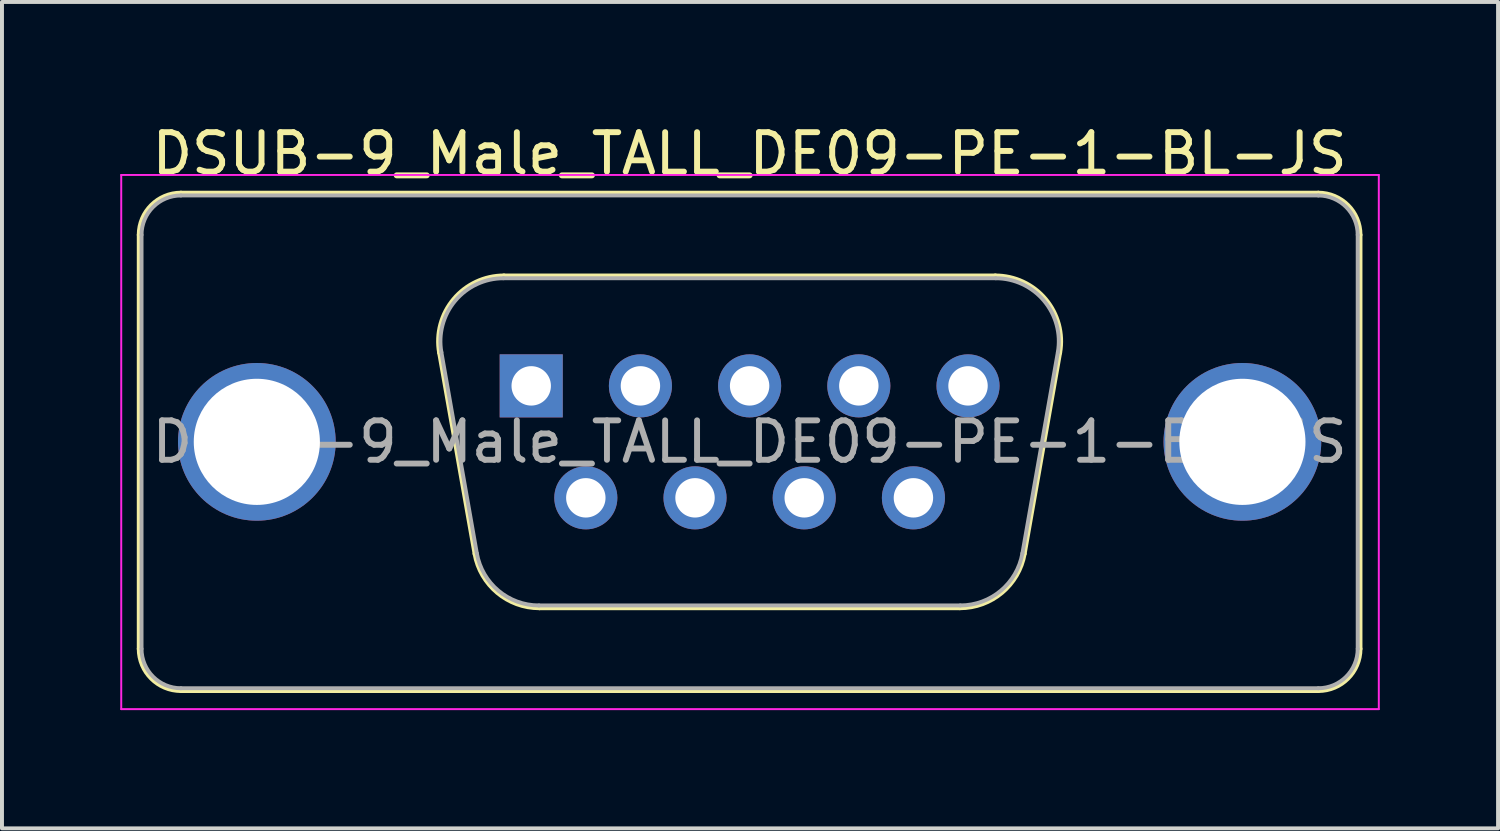
<source format=kicad_pcb>
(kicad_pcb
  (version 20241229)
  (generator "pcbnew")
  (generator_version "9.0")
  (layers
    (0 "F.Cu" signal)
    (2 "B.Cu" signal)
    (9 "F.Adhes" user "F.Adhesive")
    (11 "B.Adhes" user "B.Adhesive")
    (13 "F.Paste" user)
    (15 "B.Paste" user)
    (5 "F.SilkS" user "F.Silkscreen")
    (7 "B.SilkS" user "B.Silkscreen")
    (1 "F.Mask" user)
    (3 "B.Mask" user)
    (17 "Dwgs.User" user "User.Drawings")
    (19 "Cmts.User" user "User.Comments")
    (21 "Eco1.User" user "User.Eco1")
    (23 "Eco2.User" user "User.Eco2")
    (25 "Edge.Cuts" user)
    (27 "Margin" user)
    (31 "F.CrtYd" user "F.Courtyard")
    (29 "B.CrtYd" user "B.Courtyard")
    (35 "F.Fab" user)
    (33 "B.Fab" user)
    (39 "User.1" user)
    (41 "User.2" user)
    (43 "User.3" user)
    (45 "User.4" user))
  (footprint "DSUB-9_Male_TALL_DE09-PE-1-BL-JS"
    (layer "F.Cu")
    (at 10.425 6.738)
    (property "Reference" "DSUB-9_Male_TALL_DE09-PE-1-BL-JS" (at 5.54 -5.89 0) (layer "F.SilkS") (effects (font (size 1 1) (thickness 0.15))))
    (attr through_hole)
    (fp_line (start -9.945 6.67) (end -9.945 -3.83) (stroke (width 0.12) (type solid)) (layer "F.SilkS"))
    (fp_line (start -8.885 -4.89) (end 19.965 -4.89) (stroke (width 0.12) (type solid)) (layer "F.SilkS"))
    (fp_line (start -2.326 -0.842) (end -1.427 4.258) (stroke (width 0.12) (type solid)) (layer "F.SilkS"))
    (fp_line (start -0.692 -2.79) (end 11.772 -2.79) (stroke (width 0.12) (type solid)) (layer "F.SilkS"))
    (fp_line (start 0.208 5.63) (end 10.872 5.63) (stroke (width 0.12) (type solid)) (layer "F.SilkS"))
    (fp_line (start 13.406 -0.842) (end 12.507 4.258) (stroke (width 0.12) (type solid)) (layer "F.SilkS"))
    (fp_line (start 19.965 7.73) (end -8.885 7.73) (stroke (width 0.12) (type solid)) (layer "F.SilkS"))
    (fp_line (start 21.025 -3.83) (end 21.025 6.67) (stroke (width 0.12) (type solid)) (layer "F.SilkS"))
    (fp_arc (start -9.945 -3.83) (mid -9.634533 -4.579533) (end -8.885 -4.89) (stroke (width 0.12) (type solid)) (layer "F.SilkS"))
    (fp_arc (start -8.885 7.73) (mid -9.634533 7.419533) (end -9.945 6.67) (stroke (width 0.12) (type solid)) (layer "F.SilkS"))
    (fp_arc (start -2.32647 -0.841744) (mid -1.963323 -2.197028) (end -0.691689 -2.79) (stroke (width 0.12) (type solid)) (layer "F.SilkS"))
    (fp_arc (start 0.207579 5.63) (mid -0.859448 5.241634) (end -1.427202 4.258256) (stroke (width 0.12) (type solid)) (layer "F.SilkS"))
    (fp_arc (start 11.771689 -2.79) (mid 13.043323 -2.197027) (end 13.40647 -0.841744) (stroke (width 0.12) (type solid)) (layer "F.SilkS"))
    (fp_arc (start 12.507202 4.258256) (mid 11.939449 5.241634) (end 10.872421 5.63) (stroke (width 0.12) (type solid)) (layer "F.SilkS"))
    (fp_arc (start 19.965 -4.89) (mid 20.714533 -4.579533) (end 21.025 -3.83) (stroke (width 0.12) (type solid)) (layer "F.SilkS"))
    (fp_arc (start 21.025 6.67) (mid 20.714533 7.419533) (end 19.965 7.73) (stroke (width 0.12) (type solid)) (layer "F.SilkS"))
    (fp_line (start -10.4 -5.35) (end -10.4 8.2) (stroke (width 0.05) (type solid)) (layer "F.CrtYd"))
    (fp_line (start -10.4 8.2) (end 21.5 8.2) (stroke (width 0.05) (type solid)) (layer "F.CrtYd"))
    (fp_line (start 21.5 -5.35) (end -10.4 -5.35) (stroke (width 0.05) (type solid)) (layer "F.CrtYd"))
    (fp_line (start 21.5 8.2) (end 21.5 -5.35) (stroke (width 0.05) (type solid)) (layer "F.CrtYd"))
    (fp_line (start -9.885 6.67) (end -9.885 -3.83) (stroke (width 0.1) (type solid)) (layer "F.Fab"))
    (fp_line (start -8.885 -4.83) (end 19.965 -4.83) (stroke (width 0.1) (type solid)) (layer "F.Fab"))
    (fp_line (start -2.279 -0.852) (end -1.38 4.248) (stroke (width 0.1) (type solid)) (layer "F.Fab"))
    (fp_line (start -0.703 -2.73) (end 11.783 -2.73) (stroke (width 0.1) (type solid)) (layer "F.Fab"))
    (fp_line (start 0.196 5.57) (end 10.884 5.57) (stroke (width 0.1) (type solid)) (layer "F.Fab"))
    (fp_line (start 13.359 -0.852) (end 12.46 4.248) (stroke (width 0.1) (type solid)) (layer "F.Fab"))
    (fp_line (start 19.965 7.67) (end -8.885 7.67) (stroke (width 0.1) (type solid)) (layer "F.Fab"))
    (fp_line (start 20.965 -3.83) (end 20.965 6.67) (stroke (width 0.1) (type solid)) (layer "F.Fab"))
    (fp_arc (start -9.885 -3.83) (mid -9.592107 -4.537107) (end -8.885 -4.83) (stroke (width 0.1) (type solid)) (layer "F.Fab"))
    (fp_arc (start -8.885 7.67) (mid -9.592107 7.377107) (end -9.885 6.67) (stroke (width 0.1) (type solid)) (layer "F.Fab"))
    (fp_arc (start -2.278886 -0.852163) (mid -1.928865 -2.15846) (end -0.703194 -2.73) (stroke (width 0.1) (type solid)) (layer "F.Fab"))
    (fp_arc (start 0.196073 5.57) (mid -0.832387 5.195671) (end -1.379619 4.247837) (stroke (width 0.1) (type solid)) (layer "F.Fab"))
    (fp_arc (start 11.783194 -2.73) (mid 13.008865 -2.15846) (end 13.358886 -0.852163) (stroke (width 0.1) (type solid)) (layer "F.Fab"))
    (fp_arc (start 12.459619 4.247837) (mid 11.912387 5.195671) (end 10.883927 5.57) (stroke (width 0.1) (type solid)) (layer "F.Fab"))
    (fp_arc (start 19.965 -4.83) (mid 20.672107 -4.537107) (end 20.965 -3.83) (stroke (width 0.1) (type solid)) (layer "F.Fab"))
    (fp_arc (start 20.965 6.67) (mid 20.672107 7.377107) (end 19.965 7.67) (stroke (width 0.1) (type solid)) (layer "F.Fab"))
    (fp_text user "${REFERENCE}" (at 5.54 1.42 0) (layer "F.Fab") (effects (font (size 1 1) (thickness 0.15))))
    (pad "0" thru_hole circle (at -6.96 1.42) (size 4 4) (drill 3.2) (layers "*.Cu" "*.Mask"))
    (pad "0" thru_hole circle (at 18.04 1.42) (size 4 4) (drill 3.2) (layers "*.Cu" "*.Mask"))
    (pad "1" thru_hole rect (at 0 0) (size 1.6 1.6) (drill 1) (layers "*.Cu" "*.Mask"))
    (pad "2" thru_hole circle (at 2.77 0) (size 1.6 1.6) (drill 1) (layers "*.Cu" "*.Mask"))
    (pad "3" thru_hole circle (at 5.54 0) (size 1.6 1.6) (drill 1) (layers "*.Cu" "*.Mask"))
    (pad "4" thru_hole circle (at 8.31 0) (size 1.6 1.6) (drill 1) (layers "*.Cu" "*.Mask"))
    (pad "5" thru_hole circle (at 11.08 0) (size 1.6 1.6) (drill 1) (layers "*.Cu" "*.Mask"))
    (pad "6" thru_hole circle (at 1.385 2.84) (size 1.6 1.6) (drill 1) (layers "*.Cu" "*.Mask"))
    (pad "7" thru_hole circle (at 4.155 2.84) (size 1.6 1.6) (drill 1) (layers "*.Cu" "*.Mask"))
    (pad "8" thru_hole circle (at 6.925 2.84) (size 1.6 1.6) (drill 1) (layers "*.Cu" "*.Mask"))
    (pad "9" thru_hole circle (at 9.695 2.84) (size 1.6 1.6) (drill 1) (layers "*.Cu" "*.Mask")))
  (gr_rect
    (start -3 -3)
    (end 34.95 17.963)
    (stroke (width 0.1) (type default))
    (fill no)
    (layer "Edge.Cuts")))
</source>
